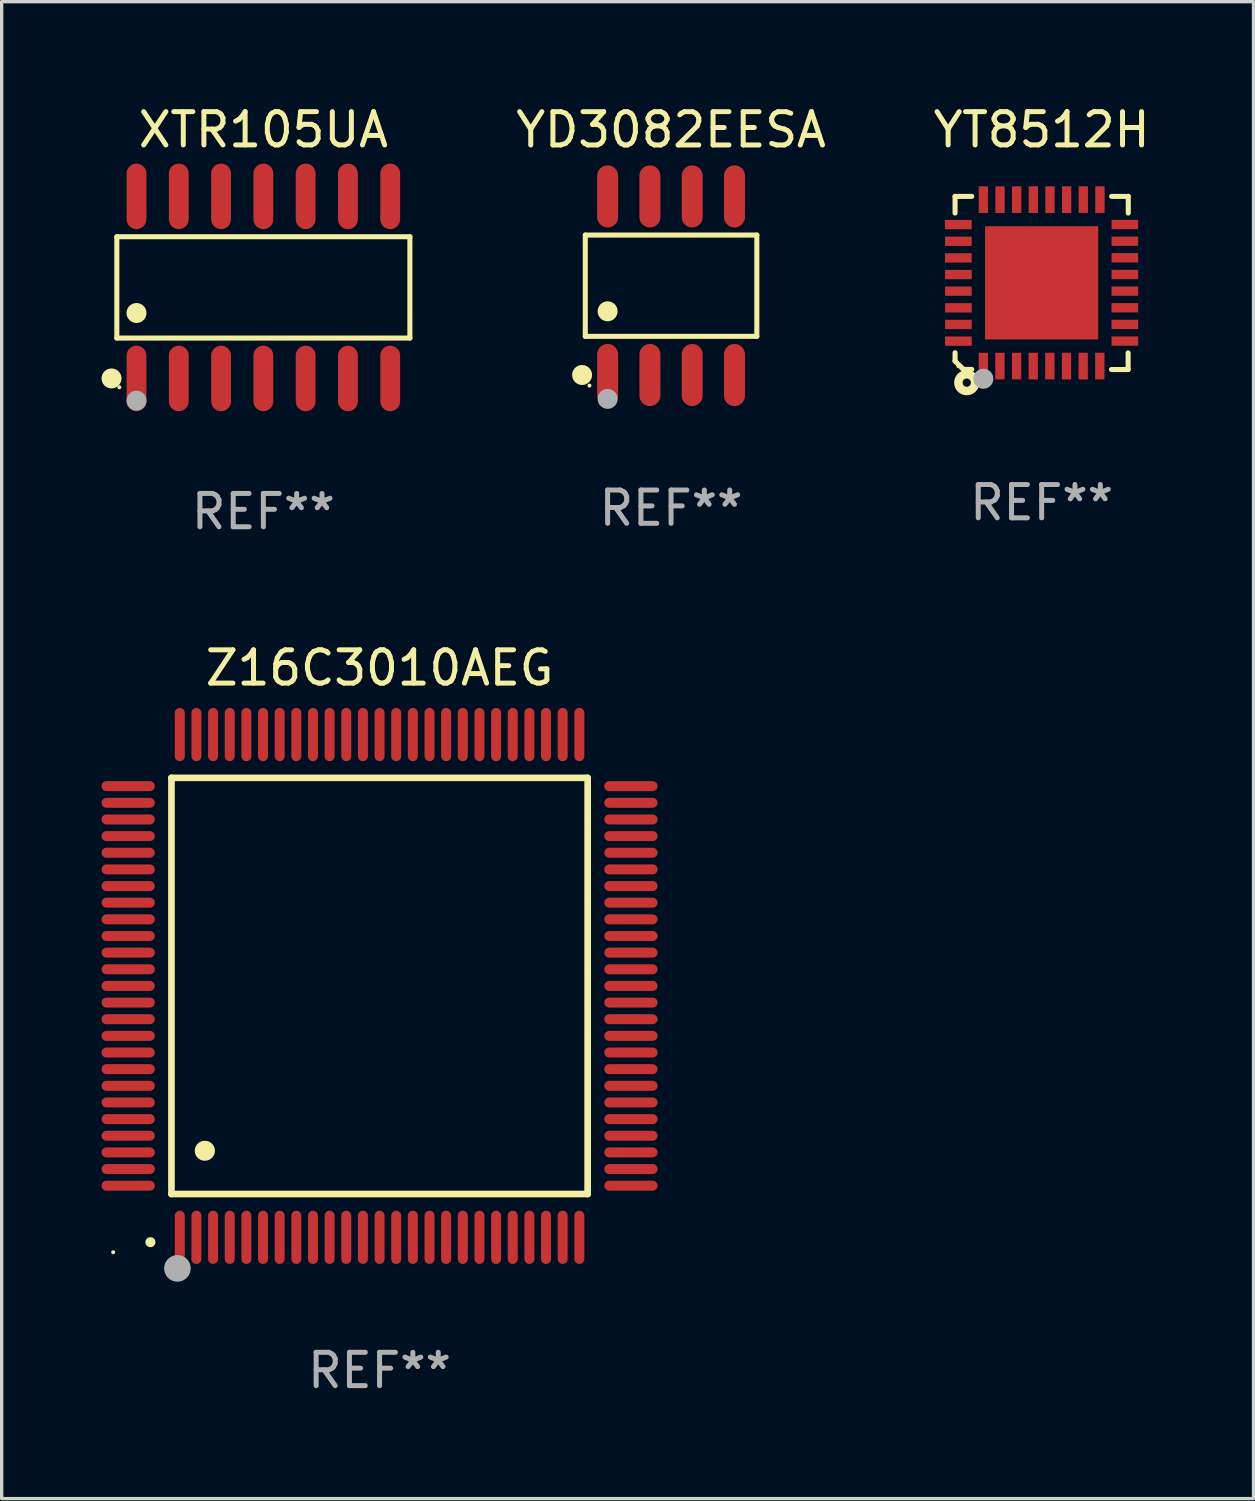
<source format=kicad_pcb>
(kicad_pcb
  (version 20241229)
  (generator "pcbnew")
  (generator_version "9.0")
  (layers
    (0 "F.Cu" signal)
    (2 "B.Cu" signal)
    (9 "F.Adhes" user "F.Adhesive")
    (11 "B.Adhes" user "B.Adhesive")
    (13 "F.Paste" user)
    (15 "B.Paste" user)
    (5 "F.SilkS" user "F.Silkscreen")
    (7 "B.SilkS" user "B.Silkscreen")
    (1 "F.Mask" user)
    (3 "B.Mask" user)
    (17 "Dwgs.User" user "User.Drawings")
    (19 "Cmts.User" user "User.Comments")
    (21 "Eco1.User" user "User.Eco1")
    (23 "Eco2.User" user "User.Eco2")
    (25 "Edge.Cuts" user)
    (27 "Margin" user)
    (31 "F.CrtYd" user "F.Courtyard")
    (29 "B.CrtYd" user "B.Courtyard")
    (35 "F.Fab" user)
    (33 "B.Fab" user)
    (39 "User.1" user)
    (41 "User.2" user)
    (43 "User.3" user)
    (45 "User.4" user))
  (footprint "YD3082EESA"
    (layer "F.Cu")
    (at 17.105 5.531)
    (property "Reference" "YD3082EESA" (at 0 -4.682 0) (layer "F.SilkS") (effects (font (size 1 1) (thickness 0.15))))
    (attr through_hole)
    (fp_line (start -2.576 -1.521) (end 2.576 -1.521) (stroke (width 0.152) (type solid)) (layer "F.SilkS"))
    (fp_line (start -2.576 1.521) (end -2.576 -1.521) (stroke (width 0.152) (type solid)) (layer "F.SilkS"))
    (fp_line (start 2.576 -1.521) (end 2.576 1.521) (stroke (width 0.152) (type solid)) (layer "F.SilkS"))
    (fp_line (start 2.576 1.521) (end -2.576 1.521) (stroke (width 0.152) (type solid)) (layer "F.SilkS"))
    (fp_circle (center -2.672 2.682) (end -2.522 2.682) (stroke (width 0.3) (type solid)) (fill no) (layer "F.SilkS"))
    (fp_circle (center -2.45 3) (end -2.42 3) (stroke (width 0.06) (type solid)) (fill no) (layer "F.SilkS"))
    (fp_circle (center -1.905 0.769) (end -1.755 0.769) (stroke (width 0.3) (type solid)) (fill no) (layer "F.SilkS"))
    (fp_circle (center -1.905 3.4) (end -1.755 3.4) (stroke (width 0.3) (type solid)) (fill no) (layer "F.Fab"))
    (fp_text user "REF**" (at 0 6.682 0) (layer "F.Fab") (effects (font (size 1 1) (thickness 0.15))))
    (pad "1" smd oval (at -1.905 2.682) (size 0.63 1.865) (layers "F.Cu" "F.Mask" "F.Paste"))
    (pad "2" smd oval (at -0.635 2.682) (size 0.63 1.865) (layers "F.Cu" "F.Mask" "F.Paste"))
    (pad "3" smd oval (at 0.635 2.682) (size 0.63 1.865) (layers "F.Cu" "F.Mask" "F.Paste"))
    (pad "4" smd oval (at 1.905 2.682) (size 0.63 1.865) (layers "F.Cu" "F.Mask" "F.Paste"))
    (pad "5" smd oval (at 1.905 -2.682) (size 0.63 1.865) (layers "F.Cu" "F.Mask" "F.Paste"))
    (pad "6" smd oval (at 0.635 -2.682) (size 0.63 1.865) (layers "F.Cu" "F.Mask" "F.Paste"))
    (pad "7" smd oval (at -0.635 -2.682) (size 0.63 1.865) (layers "F.Cu" "F.Mask" "F.Paste"))
    (pad "8" smd oval (at -1.905 -2.682) (size 0.63 1.865) (layers "F.Cu" "F.Mask" "F.Paste")))
  (footprint "YT8512H"
    (layer "F.Cu")
    (at 28.236 5.448)
    (property "Reference" "YT8512H" (at 0 -4.6 0) (layer "F.SilkS") (effects (font (size 1 1) (thickness 0.15))))
    (attr through_hole)
    (fp_line (start -2.601 2.097) (end -2.601 2.347) (stroke (width 0.152) (type solid)) (layer "F.SilkS"))
    (fp_line (start -2.601 2.347) (end -2.351 2.597) (stroke (width 0.152) (type solid)) (layer "F.SilkS"))
    (fp_line (start -2.601 -2.6) (end -2.601 -2.1) (stroke (width 0.152) (type solid)) (layer "F.SilkS"))
    (fp_line (start -2.601 -2.6) (end -2.101 -2.6) (stroke (width 0.152) (type solid)) (layer "F.SilkS"))
    (fp_line (start -2.351 2.597) (end -2.101 2.597) (stroke (width 0.152) (type solid)) (layer "F.SilkS"))
    (fp_line (start 2.597 2.6) (end 2.097 2.6) (stroke (width 0.152) (type solid)) (layer "F.SilkS"))
    (fp_line (start 2.597 2.6) (end 2.597 2.1) (stroke (width 0.152) (type solid)) (layer "F.SilkS"))
    (fp_line (start 2.601 -2.6) (end 2.101 -2.6) (stroke (width 0.152) (type solid)) (layer "F.SilkS"))
    (fp_line (start 2.601 -2.6) (end 2.601 -2.1) (stroke (width 0.152) (type solid)) (layer "F.SilkS"))
    (fp_circle (center -2.501 2.497) (end -2.471 2.497) (stroke (width 0.06) (type solid)) (fill no) (layer "F.SilkS"))
    (fp_circle (center -2.25 2.995) (end -2.125 2.995) (stroke (width 0.254) (type solid)) (fill no) (layer "F.SilkS"))
    (fp_circle (center -1.751 2.878) (end -1.601 2.878) (stroke (width 0.3) (type solid)) (fill no) (layer "F.Fab"))
    (fp_text user "REF**" (at 0 6.6 0) (layer "F.Fab") (effects (font (size 1 1) (thickness 0.15))))
    (pad "1" smd rect (at -1.751 2.497) (size 0.28 0.8) (layers "F.Cu" "F.Mask" "F.Paste"))
    (pad "2" smd rect (at -1.253 2.497) (size 0.28 0.8) (layers "F.Cu" "F.Mask" "F.Paste"))
    (pad "3" smd rect (at -0.753 2.497) (size 0.28 0.8) (layers "F.Cu" "F.Mask" "F.Paste"))
    (pad "4" smd rect (at -0.253 2.497) (size 0.28 0.8) (layers "F.Cu" "F.Mask" "F.Paste"))
    (pad "5" smd rect (at 0.247 2.497) (size 0.28 0.8) (layers "F.Cu" "F.Mask" "F.Paste"))
    (pad "6" smd rect (at 0.747 2.497) (size 0.28 0.8) (layers "F.Cu" "F.Mask" "F.Paste"))
    (pad "7" smd rect (at 1.247 2.497) (size 0.28 0.8) (layers "F.Cu" "F.Mask" "F.Paste"))
    (pad "8" smd rect (at 1.747 2.497) (size 0.28 0.8) (layers "F.Cu" "F.Mask" "F.Paste"))
    (pad "9" smd rect (at 2.499 1.746) (size 0.8 0.28) (layers "F.Cu" "F.Mask" "F.Paste"))
    (pad "10" smd rect (at 2.499 1.245) (size 0.8 0.28) (layers "F.Cu" "F.Mask" "F.Paste"))
    (pad "11" smd rect (at 2.499 0.746) (size 0.8 0.28) (layers "F.Cu" "F.Mask" "F.Paste"))
    (pad "12" smd rect (at 2.499 0.245) (size 0.8 0.28) (layers "F.Cu" "F.Mask" "F.Paste"))
    (pad "13" smd rect (at 2.499 -0.254) (size 0.8 0.28) (layers "F.Cu" "F.Mask" "F.Paste"))
    (pad "14" smd rect (at 2.499 -0.755) (size 0.8 0.28) (layers "F.Cu" "F.Mask" "F.Paste"))
    (pad "15" smd rect (at 2.499 -1.254) (size 0.8 0.28) (layers "F.Cu" "F.Mask" "F.Paste"))
    (pad "16" smd rect (at 2.499 -1.755) (size 0.8 0.28) (layers "F.Cu" "F.Mask" "F.Paste"))
    (pad "17" smd rect (at 1.75 -2.502) (size 0.28 0.8) (layers "F.Cu" "F.Mask" "F.Paste"))
    (pad "18" smd rect (at 1.25 -2.502) (size 0.28 0.8) (layers "F.Cu" "F.Mask" "F.Paste"))
    (pad "19" smd rect (at 0.75 -2.502) (size 0.28 0.8) (layers "F.Cu" "F.Mask" "F.Paste"))
    (pad "20" smd rect (at 0.25 -2.502) (size 0.28 0.8) (layers "F.Cu" "F.Mask" "F.Paste"))
    (pad "21" smd rect (at -0.25 -2.502) (size 0.28 0.8) (layers "F.Cu" "F.Mask" "F.Paste"))
    (pad "22" smd rect (at -0.75 -2.502) (size 0.28 0.8) (layers "F.Cu" "F.Mask" "F.Paste"))
    (pad "23" smd rect (at -1.25 -2.502) (size 0.28 0.8) (layers "F.Cu" "F.Mask" "F.Paste"))
    (pad "24" smd rect (at -1.75 -2.502) (size 0.28 0.8) (layers "F.Cu" "F.Mask" "F.Paste"))
    (pad "25" smd rect (at -2.501 -1.753) (size 0.8 0.28) (layers "F.Cu" "F.Mask" "F.Paste"))
    (pad "26" smd rect (at -2.501 -1.252) (size 0.8 0.28) (layers "F.Cu" "F.Mask" "F.Paste"))
    (pad "27" smd rect (at -2.501 -0.753) (size 0.8 0.28) (layers "F.Cu" "F.Mask" "F.Paste"))
    (pad "28" smd rect (at -2.501 -0.252) (size 0.8 0.28) (layers "F.Cu" "F.Mask" "F.Paste"))
    (pad "29" smd rect (at -2.501 0.247) (size 0.8 0.28) (layers "F.Cu" "F.Mask" "F.Paste"))
    (pad "30" smd rect (at -2.501 0.748) (size 0.8 0.28) (layers "F.Cu" "F.Mask" "F.Paste"))
    (pad "31" smd rect (at -2.501 1.247) (size 0.8 0.28) (layers "F.Cu" "F.Mask" "F.Paste"))
    (pad "32" smd rect (at -2.501 1.748) (size 0.8 0.28) (layers "F.Cu" "F.Mask" "F.Paste"))
    (pad "33" smd rect (at -0.001 -0.003 180) (size 3.4 3.4) (layers "F.Cu" "F.Mask" "F.Paste")))
  (footprint "Z16C3010AEG"
    (layer "F.Cu")
    (at 8.35 26.562)
    (property "Reference" "Z16C3010AEG" (at 0 -9.55 0) (layer "F.SilkS") (effects (font (size 1 1) (thickness 0.15))))
    (attr through_hole)
    (fp_line (start -6.25 -6.25) (end -6.25 6.25) (stroke (width 0.2) (type solid)) (layer "F.SilkS"))
    (fp_line (start -6.25 6.25) (end 6.25 6.25) (stroke (width 0.2) (type solid)) (layer "F.SilkS"))
    (fp_line (start 6.25 -6.25) (end -6.25 -6.25) (stroke (width 0.2) (type solid)) (layer "F.SilkS"))
    (fp_line (start 6.25 6.25) (end 6.25 -6.25) (stroke (width 0.2) (type solid)) (layer "F.SilkS"))
    (fp_arc (start -6.883414 7.696215) (mid -6.882144 7.69621) (end -6.880874 7.696215) (stroke (width 0.3) (type solid)) (layer "F.SilkS"))
    (fp_arc (start -5.250191 4.95047) (mid -5.247651 4.950459) (end -5.245111 4.95047) (stroke (width 0.6) (type solid)) (layer "F.SilkS"))
    (fp_circle (center -8 8) (end -7.97 8) (stroke (width 0.06) (type solid)) (fill no) (layer "F.SilkS"))
    (fp_circle (center -6.071 8.484) (end -5.871 8.484) (stroke (width 0.4) (type solid)) (fill no) (layer "F.Fab"))
    (fp_text user "REF**" (at 0 11.55 0) (layer "F.Fab") (effects (font (size 1 1) (thickness 0.15))))
    (pad "1" smd oval (at -6 7.55) (size 0.3 1.6) (layers "F.Cu" "F.Mask" "F.Paste"))
    (pad "2" smd oval (at -5.5 7.55) (size 0.3 1.6) (layers "F.Cu" "F.Mask" "F.Paste"))
    (pad "3" smd oval (at -5 7.55) (size 0.3 1.6) (layers "F.Cu" "F.Mask" "F.Paste"))
    (pad "4" smd oval (at -4.5 7.55) (size 0.3 1.6) (layers "F.Cu" "F.Mask" "F.Paste"))
    (pad "5" smd oval (at -4 7.55) (size 0.3 1.6) (layers "F.Cu" "F.Mask" "F.Paste"))
    (pad "6" smd oval (at -3.5 7.55) (size 0.3 1.6) (layers "F.Cu" "F.Mask" "F.Paste"))
    (pad "7" smd oval (at -3 7.55) (size 0.3 1.6) (layers "F.Cu" "F.Mask" "F.Paste"))
    (pad "8" smd oval (at -2.5 7.55) (size 0.3 1.6) (layers "F.Cu" "F.Mask" "F.Paste"))
    (pad "9" smd oval (at -2 7.55) (size 0.3 1.6) (layers "F.Cu" "F.Mask" "F.Paste"))
    (pad "10" smd oval (at -1.5 7.55) (size 0.3 1.6) (layers "F.Cu" "F.Mask" "F.Paste"))
    (pad "11" smd oval (at -1 7.55) (size 0.3 1.6) (layers "F.Cu" "F.Mask" "F.Paste"))
    (pad "12" smd oval (at -0.5 7.55) (size 0.3 1.6) (layers "F.Cu" "F.Mask" "F.Paste"))
    (pad "13" smd oval (at 0 7.55) (size 0.3 1.6) (layers "F.Cu" "F.Mask" "F.Paste"))
    (pad "14" smd oval (at 0.5 7.55) (size 0.3 1.6) (layers "F.Cu" "F.Mask" "F.Paste"))
    (pad "15" smd oval (at 1 7.55) (size 0.3 1.6) (layers "F.Cu" "F.Mask" "F.Paste"))
    (pad "16" smd oval (at 1.5 7.55) (size 0.3 1.6) (layers "F.Cu" "F.Mask" "F.Paste"))
    (pad "17" smd oval (at 2 7.55) (size 0.3 1.6) (layers "F.Cu" "F.Mask" "F.Paste"))
    (pad "18" smd oval (at 2.5 7.55) (size 0.3 1.6) (layers "F.Cu" "F.Mask" "F.Paste"))
    (pad "19" smd oval (at 3 7.55) (size 0.3 1.6) (layers "F.Cu" "F.Mask" "F.Paste"))
    (pad "20" smd oval (at 3.5 7.55) (size 0.3 1.6) (layers "F.Cu" "F.Mask" "F.Paste"))
    (pad "21" smd oval (at 4 7.55) (size 0.3 1.6) (layers "F.Cu" "F.Mask" "F.Paste"))
    (pad "22" smd oval (at 4.5 7.55) (size 0.3 1.6) (layers "F.Cu" "F.Mask" "F.Paste"))
    (pad "23" smd oval (at 5 7.55) (size 0.3 1.6) (layers "F.Cu" "F.Mask" "F.Paste"))
    (pad "24" smd oval (at 5.5 7.55) (size 0.3 1.6) (layers "F.Cu" "F.Mask" "F.Paste"))
    (pad "25" smd oval (at 6 7.55) (size 0.3 1.6) (layers "F.Cu" "F.Mask" "F.Paste"))
    (pad "26" smd oval (at 7.55 6) (size 1.6 0.3) (layers "F.Cu" "F.Mask" "F.Paste"))
    (pad "27" smd oval (at 7.55 5.5) (size 1.6 0.3) (layers "F.Cu" "F.Mask" "F.Paste"))
    (pad "28" smd oval (at 7.55 5) (size 1.6 0.3) (layers "F.Cu" "F.Mask" "F.Paste"))
    (pad "29" smd oval (at 7.55 4.5) (size 1.6 0.3) (layers "F.Cu" "F.Mask" "F.Paste"))
    (pad "30" smd oval (at 7.55 4) (size 1.6 0.3) (layers "F.Cu" "F.Mask" "F.Paste"))
    (pad "31" smd oval (at 7.55 3.5) (size 1.6 0.3) (layers "F.Cu" "F.Mask" "F.Paste"))
    (pad "32" smd oval (at 7.55 3) (size 1.6 0.3) (layers "F.Cu" "F.Mask" "F.Paste"))
    (pad "33" smd oval (at 7.55 2.5) (size 1.6 0.3) (layers "F.Cu" "F.Mask" "F.Paste"))
    (pad "34" smd oval (at 7.55 2) (size 1.6 0.3) (layers "F.Cu" "F.Mask" "F.Paste"))
    (pad "35" smd oval (at 7.55 1.5) (size 1.6 0.3) (layers "F.Cu" "F.Mask" "F.Paste"))
    (pad "36" smd oval (at 7.55 1) (size 1.6 0.3) (layers "F.Cu" "F.Mask" "F.Paste"))
    (pad "37" smd oval (at 7.55 0.5) (size 1.6 0.3) (layers "F.Cu" "F.Mask" "F.Paste"))
    (pad "38" smd oval (at 7.55 0) (size 1.6 0.3) (layers "F.Cu" "F.Mask" "F.Paste"))
    (pad "39" smd oval (at 7.55 -0.5) (size 1.6 0.3) (layers "F.Cu" "F.Mask" "F.Paste"))
    (pad "40" smd oval (at 7.55 -1) (size 1.6 0.3) (layers "F.Cu" "F.Mask" "F.Paste"))
    (pad "41" smd oval (at 7.55 -1.5) (size 1.6 0.3) (layers "F.Cu" "F.Mask" "F.Paste"))
    (pad "42" smd oval (at 7.55 -2) (size 1.6 0.3) (layers "F.Cu" "F.Mask" "F.Paste"))
    (pad "43" smd oval (at 7.55 -2.5) (size 1.6 0.3) (layers "F.Cu" "F.Mask" "F.Paste"))
    (pad "44" smd oval (at 7.55 -3) (size 1.6 0.3) (layers "F.Cu" "F.Mask" "F.Paste"))
    (pad "45" smd oval (at 7.55 -3.5) (size 1.6 0.3) (layers "F.Cu" "F.Mask" "F.Paste"))
    (pad "46" smd oval (at 7.55 -4) (size 1.6 0.3) (layers "F.Cu" "F.Mask" "F.Paste"))
    (pad "47" smd oval (at 7.55 -4.5) (size 1.6 0.3) (layers "F.Cu" "F.Mask" "F.Paste"))
    (pad "48" smd oval (at 7.55 -5) (size 1.6 0.3) (layers "F.Cu" "F.Mask" "F.Paste"))
    (pad "49" smd oval (at 7.55 -5.5) (size 1.6 0.3) (layers "F.Cu" "F.Mask" "F.Paste"))
    (pad "50" smd oval (at 7.55 -6) (size 1.6 0.3) (layers "F.Cu" "F.Mask" "F.Paste"))
    (pad "51" smd oval (at 6 -7.55) (size 0.3 1.6) (layers "F.Cu" "F.Mask" "F.Paste"))
    (pad "52" smd oval (at 5.5 -7.55) (size 0.3 1.6) (layers "F.Cu" "F.Mask" "F.Paste"))
    (pad "53" smd oval (at 5 -7.55) (size 0.3 1.6) (layers "F.Cu" "F.Mask" "F.Paste"))
    (pad "54" smd oval (at 4.5 -7.55) (size 0.3 1.6) (layers "F.Cu" "F.Mask" "F.Paste"))
    (pad "55" smd oval (at 4 -7.55) (size 0.3 1.6) (layers "F.Cu" "F.Mask" "F.Paste"))
    (pad "56" smd oval (at 3.5 -7.55) (size 0.3 1.6) (layers "F.Cu" "F.Mask" "F.Paste"))
    (pad "57" smd oval (at 3 -7.55) (size 0.3 1.6) (layers "F.Cu" "F.Mask" "F.Paste"))
    (pad "58" smd oval (at 2.5 -7.55) (size 0.3 1.6) (layers "F.Cu" "F.Mask" "F.Paste"))
    (pad "59" smd oval (at 2 -7.55) (size 0.3 1.6) (layers "F.Cu" "F.Mask" "F.Paste"))
    (pad "60" smd oval (at 1.5 -7.55) (size 0.3 1.6) (layers "F.Cu" "F.Mask" "F.Paste"))
    (pad "61" smd oval (at 1 -7.55) (size 0.3 1.6) (layers "F.Cu" "F.Mask" "F.Paste"))
    (pad "62" smd oval (at 0.5 -7.55) (size 0.3 1.6) (layers "F.Cu" "F.Mask" "F.Paste"))
    (pad "63" smd oval (at 0 -7.55) (size 0.3 1.6) (layers "F.Cu" "F.Mask" "F.Paste"))
    (pad "64" smd oval (at -0.5 -7.55) (size 0.3 1.6) (layers "F.Cu" "F.Mask" "F.Paste"))
    (pad "65" smd oval (at -1 -7.55) (size 0.3 1.6) (layers "F.Cu" "F.Mask" "F.Paste"))
    (pad "66" smd oval (at -1.5 -7.55) (size 0.3 1.6) (layers "F.Cu" "F.Mask" "F.Paste"))
    (pad "67" smd oval (at -2 -7.55) (size 0.3 1.6) (layers "F.Cu" "F.Mask" "F.Paste"))
    (pad "68" smd oval (at -2.5 -7.55) (size 0.3 1.6) (layers "F.Cu" "F.Mask" "F.Paste"))
    (pad "69" smd oval (at -3 -7.55) (size 0.3 1.6) (layers "F.Cu" "F.Mask" "F.Paste"))
    (pad "70" smd oval (at -3.5 -7.55) (size 0.3 1.6) (layers "F.Cu" "F.Mask" "F.Paste"))
    (pad "71" smd oval (at -4 -7.55) (size 0.3 1.6) (layers "F.Cu" "F.Mask" "F.Paste"))
    (pad "72" smd oval (at -4.5 -7.55) (size 0.3 1.6) (layers "F.Cu" "F.Mask" "F.Paste"))
    (pad "73" smd oval (at -5 -7.55) (size 0.3 1.6) (layers "F.Cu" "F.Mask" "F.Paste"))
    (pad "74" smd oval (at -5.5 -7.55) (size 0.3 1.6) (layers "F.Cu" "F.Mask" "F.Paste"))
    (pad "75" smd oval (at -6 -7.55) (size 0.3 1.6) (layers "F.Cu" "F.Mask" "F.Paste"))
    (pad "76" smd oval (at -7.55 -6) (size 1.6 0.3) (layers "F.Cu" "F.Mask" "F.Paste"))
    (pad "77" smd oval (at -7.55 -5.5) (size 1.6 0.3) (layers "F.Cu" "F.Mask" "F.Paste"))
    (pad "78" smd oval (at -7.55 -5) (size 1.6 0.3) (layers "F.Cu" "F.Mask" "F.Paste"))
    (pad "79" smd oval (at -7.55 -4.5) (size 1.6 0.3) (layers "F.Cu" "F.Mask" "F.Paste"))
    (pad "80" smd oval (at -7.55 -4) (size 1.6 0.3) (layers "F.Cu" "F.Mask" "F.Paste"))
    (pad "81" smd oval (at -7.55 -3.5) (size 1.6 0.3) (layers "F.Cu" "F.Mask" "F.Paste"))
    (pad "82" smd oval (at -7.55 -3) (size 1.6 0.3) (layers "F.Cu" "F.Mask" "F.Paste"))
    (pad "83" smd oval (at -7.55 -2.5) (size 1.6 0.3) (layers "F.Cu" "F.Mask" "F.Paste"))
    (pad "84" smd oval (at -7.55 -2) (size 1.6 0.3) (layers "F.Cu" "F.Mask" "F.Paste"))
    (pad "85" smd oval (at -7.55 -1.5) (size 1.6 0.3) (layers "F.Cu" "F.Mask" "F.Paste"))
    (pad "86" smd oval (at -7.55 -1) (size 1.6 0.3) (layers "F.Cu" "F.Mask" "F.Paste"))
    (pad "87" smd oval (at -7.55 -0.5) (size 1.6 0.3) (layers "F.Cu" "F.Mask" "F.Paste"))
    (pad "88" smd oval (at -7.55 0) (size 1.6 0.3) (layers "F.Cu" "F.Mask" "F.Paste"))
    (pad "89" smd oval (at -7.55 0.5) (size 1.6 0.3) (layers "F.Cu" "F.Mask" "F.Paste"))
    (pad "90" smd oval (at -7.55 1) (size 1.6 0.3) (layers "F.Cu" "F.Mask" "F.Paste"))
    (pad "91" smd oval (at -7.55 1.5) (size 1.6 0.3) (layers "F.Cu" "F.Mask" "F.Paste"))
    (pad "92" smd oval (at -7.55 2) (size 1.6 0.3) (layers "F.Cu" "F.Mask" "F.Paste"))
    (pad "93" smd oval (at -7.55 2.5) (size 1.6 0.3) (layers "F.Cu" "F.Mask" "F.Paste"))
    (pad "94" smd oval (at -7.55 3) (size 1.6 0.3) (layers "F.Cu" "F.Mask" "F.Paste"))
    (pad "95" smd oval (at -7.55 3.5) (size 1.6 0.3) (layers "F.Cu" "F.Mask" "F.Paste"))
    (pad "96" smd oval (at -7.55 4) (size 1.6 0.3) (layers "F.Cu" "F.Mask" "F.Paste"))
    (pad "97" smd oval (at -7.55 4.5) (size 1.6 0.3) (layers "F.Cu" "F.Mask" "F.Paste"))
    (pad "98" smd oval (at -7.55 5) (size 1.6 0.3) (layers "F.Cu" "F.Mask" "F.Paste"))
    (pad "99" smd oval (at -7.55 5.5) (size 1.6 0.3) (layers "F.Cu" "F.Mask" "F.Paste"))
    (pad "100" smd oval (at -7.55 6) (size 1.6 0.3) (layers "F.Cu" "F.Mask" "F.Paste")))
  (footprint "XTR105UA"
    (layer "F.Cu")
    (at 4.86 5.582)
    (property "Reference" "XTR105UA" (at 0 -4.734 0) (layer "F.SilkS") (effects (font (size 1 1) (thickness 0.15))))
    (attr through_hole)
    (fp_line (start -4.401 -1.521) (end 4.401 -1.521) (stroke (width 0.152) (type solid)) (layer "F.SilkS"))
    (fp_line (start -4.401 1.521) (end -4.401 -1.521) (stroke (width 0.152) (type solid)) (layer "F.SilkS"))
    (fp_line (start 4.401 -1.521) (end 4.401 1.521) (stroke (width 0.152) (type solid)) (layer "F.SilkS"))
    (fp_line (start 4.401 1.521) (end -4.401 1.521) (stroke (width 0.152) (type solid)) (layer "F.SilkS"))
    (fp_circle (center -4.56 2.734) (end -4.41 2.734) (stroke (width 0.3) (type solid)) (fill no) (layer "F.SilkS"))
    (fp_circle (center -4.325 3) (end -4.295 3) (stroke (width 0.06) (type solid)) (fill no) (layer "F.SilkS"))
    (fp_circle (center -3.81 0.769) (end -3.66 0.769) (stroke (width 0.3) (type solid)) (fill no) (layer "F.SilkS"))
    (fp_circle (center -3.81 3.4) (end -3.66 3.4) (stroke (width 0.3) (type solid)) (fill no) (layer "F.Fab"))
    (fp_text user "REF**" (at 0 6.734 0) (layer "F.Fab") (effects (font (size 1 1) (thickness 0.15))))
    (pad "1" smd oval (at -3.81 2.734) (size 0.595 1.968) (layers "F.Cu" "F.Mask" "F.Paste"))
    (pad "2" smd oval (at -2.54 2.734) (size 0.595 1.968) (layers "F.Cu" "F.Mask" "F.Paste"))
    (pad "3" smd oval (at -1.27 2.734) (size 0.595 1.968) (layers "F.Cu" "F.Mask" "F.Paste"))
    (pad "4" smd oval (at 0 2.734) (size 0.595 1.968) (layers "F.Cu" "F.Mask" "F.Paste"))
    (pad "5" smd oval (at 1.27 2.734) (size 0.595 1.968) (layers "F.Cu" "F.Mask" "F.Paste"))
    (pad "6" smd oval (at 2.54 2.734) (size 0.595 1.968) (layers "F.Cu" "F.Mask" "F.Paste"))
    (pad "7" smd oval (at 3.81 2.734) (size 0.595 1.968) (layers "F.Cu" "F.Mask" "F.Paste"))
    (pad "8" smd oval (at 3.81 -2.734) (size 0.595 1.968) (layers "F.Cu" "F.Mask" "F.Paste"))
    (pad "9" smd oval (at 2.54 -2.734) (size 0.595 1.968) (layers "F.Cu" "F.Mask" "F.Paste"))
    (pad "10" smd oval (at 1.27 -2.734) (size 0.595 1.968) (layers "F.Cu" "F.Mask" "F.Paste"))
    (pad "11" smd oval (at 0 -2.734) (size 0.595 1.968) (layers "F.Cu" "F.Mask" "F.Paste"))
    (pad "12" smd oval (at -1.27 -2.734) (size 0.595 1.968) (layers "F.Cu" "F.Mask" "F.Paste"))
    (pad "13" smd oval (at -2.54 -2.734) (size 0.595 1.968) (layers "F.Cu" "F.Mask" "F.Paste"))
    (pad "14" smd oval (at -3.81 -2.734) (size 0.595 1.968) (layers "F.Cu" "F.Mask" "F.Paste")))
  (gr_rect
    (start -3 -3)
    (end 34.599 41.96)
    (stroke (width 0.1) (type default))
    (fill no)
    (layer "Edge.Cuts")))
</source>
